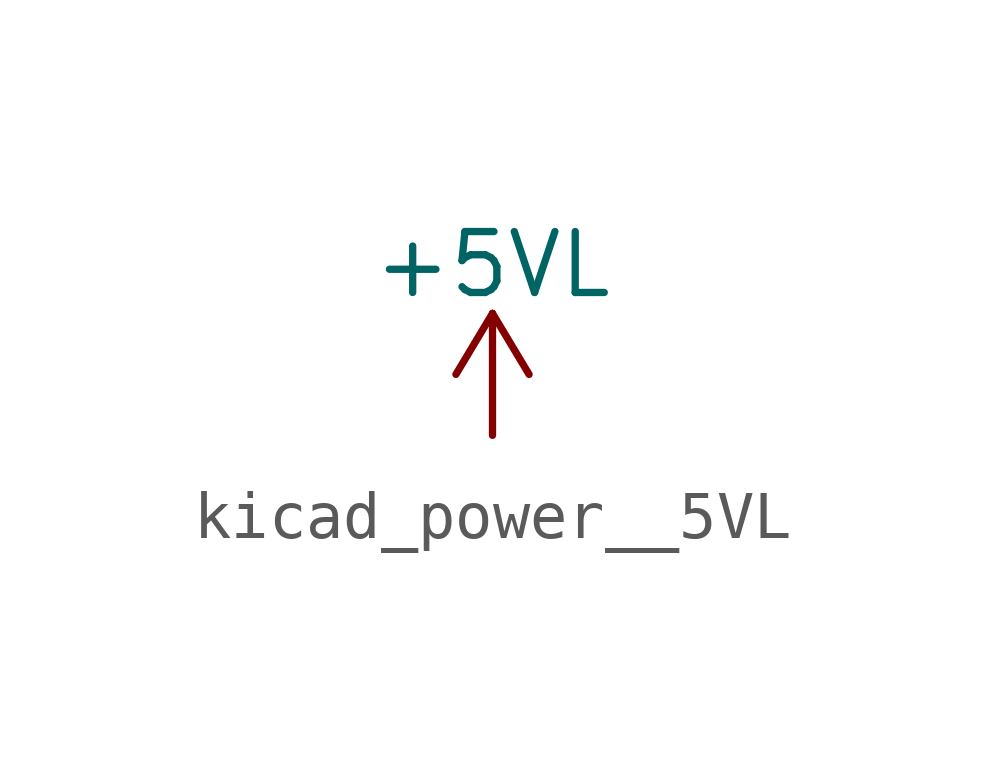
<source format=kicad_sym>
(kicad_symbol_lib
  (version 20220914)
  (generator kicad_symbol_editor)
  (symbol "kicad_power__5VL"
    (power)
    (pin_names
      (offset 0))
    (property "Reference" "#PWR"
      (at 0 -3.81 0)
      (effects (font (size 1.27 1.27)) hide))
    (property "Value" "+5VL"
      (at 0 3.556 0)
      (effects (font (size 1.27 1.27))))
    (symbol "kicad_power__5VL_0_1"
      (polyline (pts (xy -0.762 1.27) (xy 0 2.54)) (stroke (width 0) (type default)) (fill (type none)))
      (polyline (pts (xy 0 0) (xy 0 2.54)) (stroke (width 0) (type default)) (fill (type none)))
      (polyline (pts (xy 0 2.54) (xy 0.762 1.27)) (stroke (width 0) (type default)) (fill (type none))))
    (symbol "kicad_power__5VL_1_1"
      (pin power_in line (at 0 0 90) (length 0) hide (name "+5VL" (effects (font (size 1.27 1.27)))) (number "1" (effects (font (size 1.27 1.27))))))))
</source>
